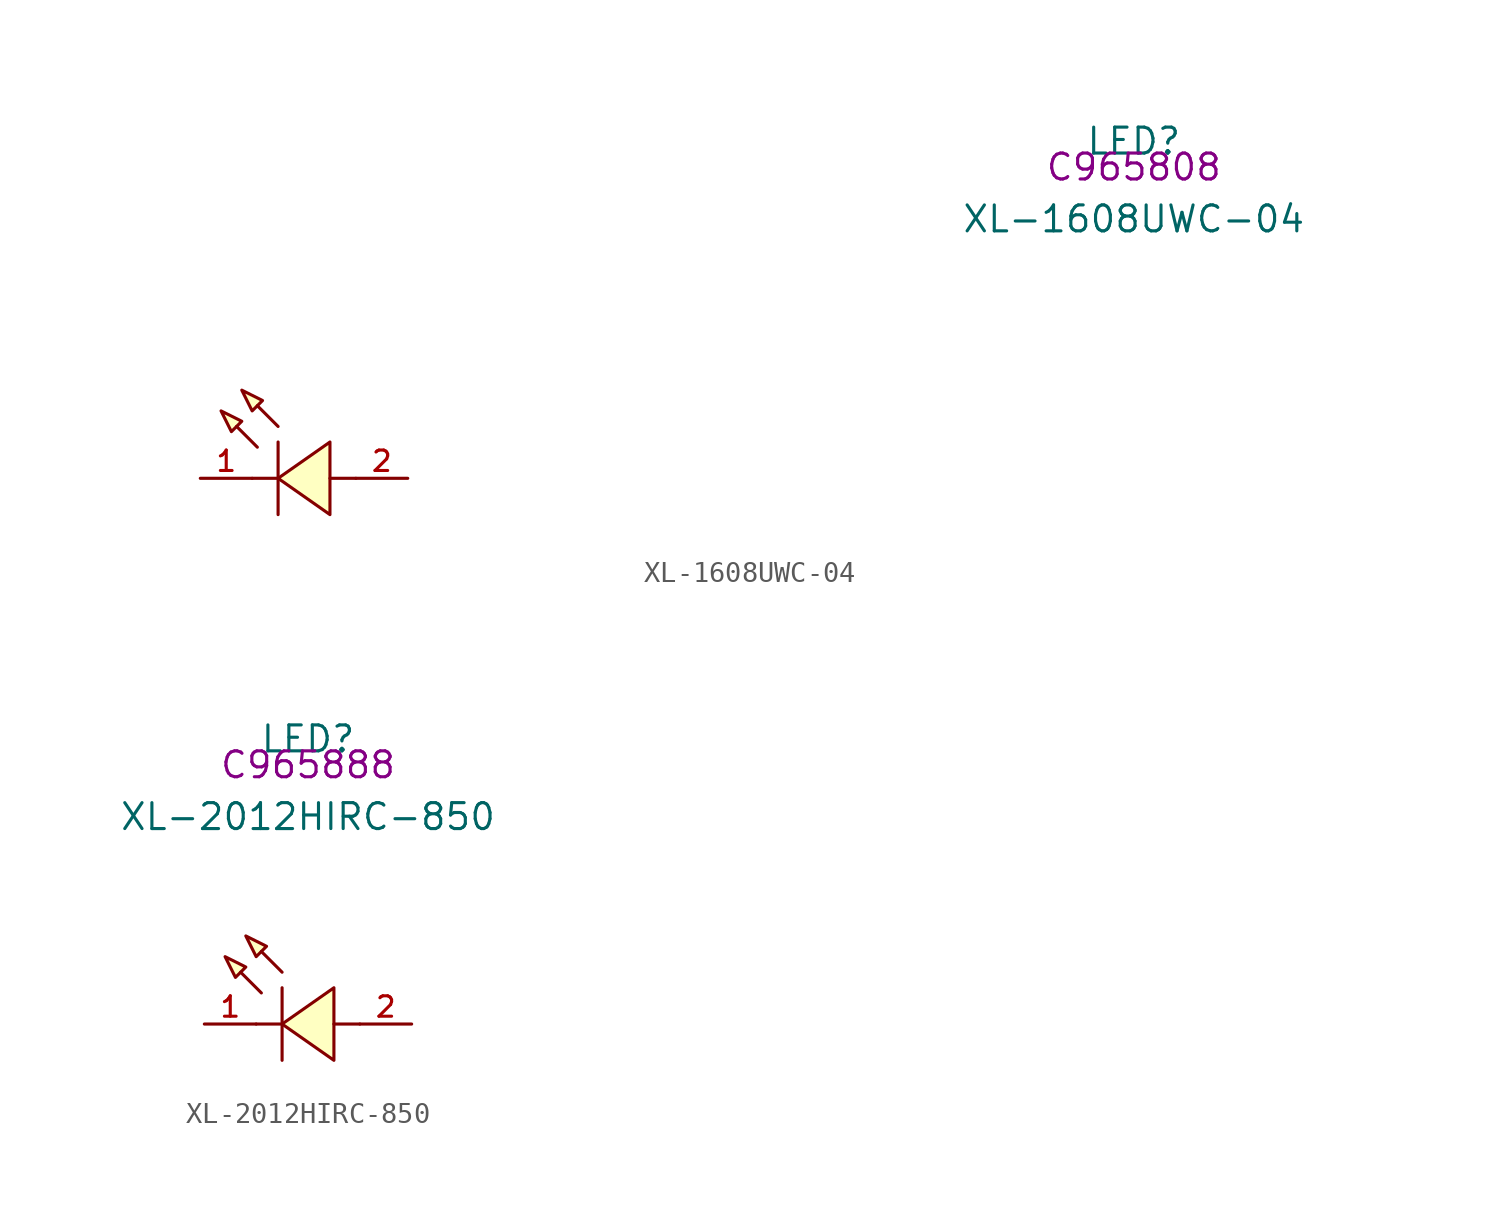
<source format=kicad_sym>
(kicad_symbol_lib
  (version 20210201)
  (generator TousstNicolas/JLC2KiCad_lib)
  (symbol "XL-1608UWC-04"
    (pin_names hide)
    (property "Reference" "LED"
      (at 0 1.27 0)
      (effects (font (size 1.27 1.27))))
    (property "Value" "XL-1608UWC-04"
      (at 0 -2.54 0)
      (effects (font (size 1.27 1.27))))
    (property "LCSC" "C965808"
      (at 0 0 0)
      (effects (font (size 1.27 1.27))))
    (symbol "XL-1608UWC-04_0_0"
      (pin unspecified line (at -35.56 -15.24 180) (length 2.54) (name "A" (effects (font (size 1 1)))) (number "2" (effects (font (size 1 1)))))
      (pin unspecified line (at -45.72 -15.24 0) (length 2.54) (name "K" (effects (font (size 1 1)))) (number "1" (effects (font (size 1 1)))))
      (polyline (pts (xy -39.37 -13.462) (xy -41.91 -15.24) (xy -39.37 -17.018) (xy -39.37 -13.462)) (stroke (width 0) (type default) (color 0 0 0 0)) (fill (type background)))
      (polyline (pts (xy -41.91 -13.462) (xy -41.91 -17.018)) (stroke (width 0) (type default) (color 0 0 0 0)) (fill (type none)))
      (polyline (pts (xy -38.1 -15.24) (xy -39.37 -15.24)) (stroke (width 0) (type default) (color 0 0 0 0)) (fill (type none)))
      (polyline (pts (xy -41.91 -15.24) (xy -43.18 -15.24)) (stroke (width 0) (type default) (color 0 0 0 0)) (fill (type none)))
      (polyline (pts (xy -41.91 -12.7) (xy -42.926 -11.684)) (stroke (width 0) (type default) (color 0 0 0 0)) (fill (type none)))
      (polyline (pts (xy -42.926 -13.716) (xy -43.942 -12.7)) (stroke (width 0) (type default) (color 0 0 0 0)) (fill (type none)))
      (polyline (pts (xy -43.688 -10.922) (xy -42.672 -11.43) (xy -43.18 -11.938) (xy -43.688 -10.922)) (stroke (width 0) (type default) (color 0 0 0 0)) (fill (type background)))
      (polyline (pts (xy -44.704 -11.938) (xy -43.688 -12.446) (xy -44.196 -12.954) (xy -44.704 -11.938)) (stroke (width 0) (type default) (color 0 0 0 0)) (fill (type background)))))
  (symbol "XL-2012HIRC-850"
    (pin_names hide)
    (property "Reference" "LED"
      (at 0 1.27 0)
      (effects (font (size 1.27 1.27))))
    (property "Value" "XL-2012HIRC-850"
      (at 0 -2.54 0)
      (effects (font (size 1.27 1.27))))
    (property "LCSC" "C965888"
      (at 0 0 0)
      (effects (font (size 1.27 1.27))))
    (symbol "XL-2012HIRC-850_0_0"
      (polyline (pts (xy -4.064 -9.398) (xy -3.048 -9.906) (xy -3.556 -10.414) (xy -4.064 -9.398)) (stroke (width 0) (type default) (color 0 0 0 0)) (fill (type background)))
      (polyline (pts (xy -3.048 -8.382) (xy -2.032 -8.89) (xy -2.54 -9.398) (xy -3.048 -8.382)) (stroke (width 0) (type default) (color 0 0 0 0)) (fill (type background)))
      (polyline (pts (xy -2.286 -11.176) (xy -3.302 -10.16)) (stroke (width 0) (type default) (color 0 0 0 0)) (fill (type none)))
      (polyline (pts (xy -1.27 -10.16) (xy -2.286 -9.144)) (stroke (width 0) (type default) (color 0 0 0 0)) (fill (type none)))
      (polyline (pts (xy -1.27 -12.7) (xy -2.54 -12.7)) (stroke (width 0) (type default) (color 0 0 0 0)) (fill (type none)))
      (polyline (pts (xy 2.54 -12.7) (xy 1.27 -12.7)) (stroke (width 0) (type default) (color 0 0 0 0)) (fill (type none)))
      (polyline (pts (xy -1.27 -10.922) (xy -1.27 -14.478)) (stroke (width 0) (type default) (color 0 0 0 0)) (fill (type none)))
      (polyline (pts (xy 1.27 -10.922) (xy -1.27 -12.7) (xy 1.27 -14.478) (xy 1.27 -10.922)) (stroke (width 0) (type default) (color 0 0 0 0)) (fill (type background)))
      (pin unspecified line (at -5.08 -12.7 0) (length 2.54) (name "K" (effects (font (size 1 1)))) (number "1" (effects (font (size 1 1)))))
      (pin unspecified line (at 5.08 -12.7 180) (length 2.54) (name "A" (effects (font (size 1 1)))) (number "2" (effects (font (size 1 1))))))))
</source>
